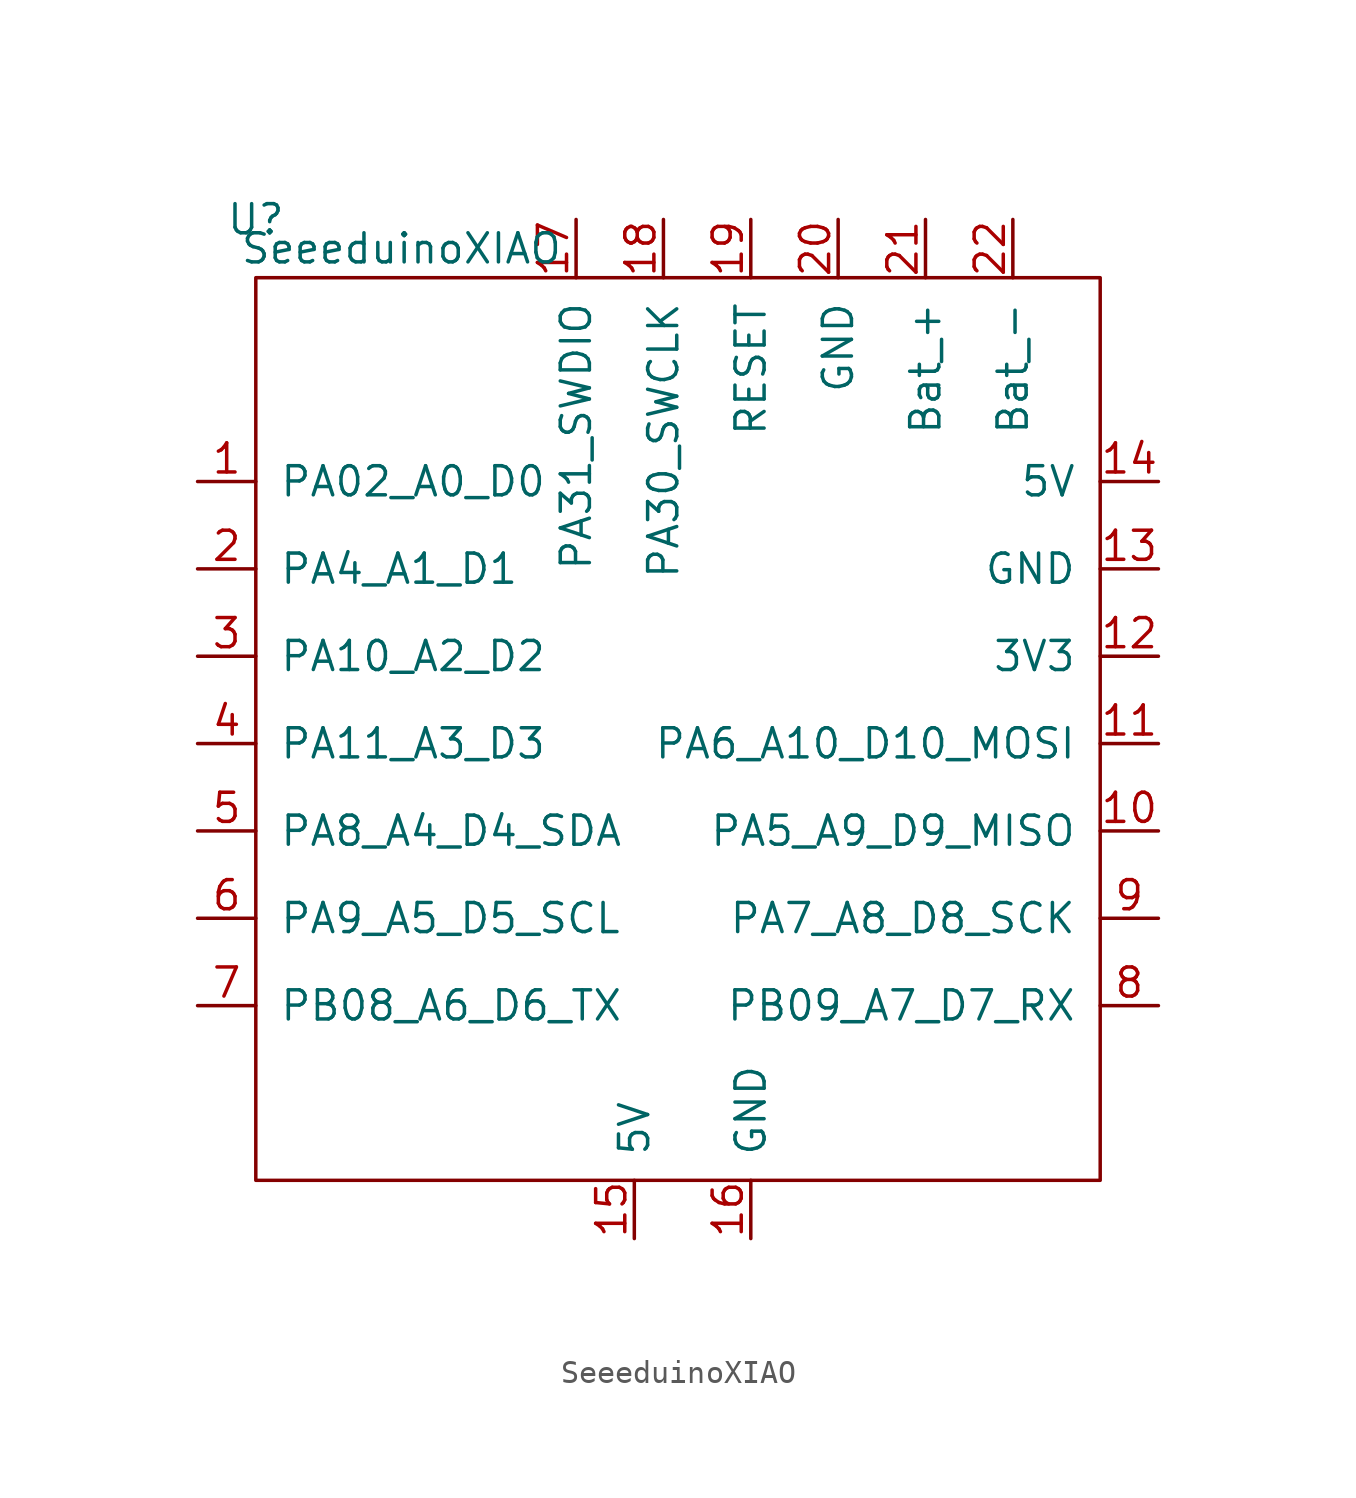
<source format=kicad_sym>
(kicad_symbol_lib
  (version 20241209)
  (generator "kicad_symbol_editor")
  (generator_version "9.0")
  (symbol "SeeeduinoXIAO"
    (pin_names
      (offset 1.016))
    (property "Reference" "U"
      (at -19.05 22.86 0)
      (effects (font (size 1.27 1.27))))
    (property "Value" "SeeeduinoXIAO"
      (at -12.7 21.59 0)
      (effects (font (size 1.27 1.27))))
    (symbol "SeeeduinoXIAO_0_1"
      (rectangle (start -19.05 20.32) (end 17.78 -19.05) (stroke (width 0) (type solid)) (fill (type none))))
    (symbol "SeeeduinoXIAO_1_1"
      (pin input line (at -21.59 11.43 0) (length 2.54) (name "PA02_A0_D0" (effects (font (size 1.27 1.27)))) (number "1" (effects (font (size 1.27 1.27)))))
      (pin input line (at -21.59 7.62 0) (length 2.54) (name "PA4_A1_D1" (effects (font (size 1.27 1.27)))) (number "2" (effects (font (size 1.27 1.27)))))
      (pin input line (at -21.59 3.81 0) (length 2.54) (name "PA10_A2_D2" (effects (font (size 1.27 1.27)))) (number "3" (effects (font (size 1.27 1.27)))))
      (pin input line (at -21.59 0 0) (length 2.54) (name "PA11_A3_D3" (effects (font (size 1.27 1.27)))) (number "4" (effects (font (size 1.27 1.27)))))
      (pin output line (at -21.59 -3.81 0) (length 2.54) (name "PA8_A4_D4_SDA" (effects (font (size 1.27 1.27)))) (number "5" (effects (font (size 1.27 1.27)))))
      (pin output line (at -21.59 -7.62 0) (length 2.54) (name "PA9_A5_D5_SCL" (effects (font (size 1.27 1.27)))) (number "6" (effects (font (size 1.27 1.27)))))
      (pin output line (at -21.59 -11.43 0) (length 2.54) (name "PB08_A6_D6_TX" (effects (font (size 1.27 1.27)))) (number "7" (effects (font (size 1.27 1.27)))))
      (pin input line (at -5.08 22.86 270) (length 2.54) (name "PA31_SWDIO" (effects (font (size 1.27 1.27)))) (number "17" (effects (font (size 1.27 1.27)))))
      (pin power_out line (at -2.54 -21.59 90) (length 2.54) (name "5V" (effects (font (size 1.27 1.27)))) (number "15" (effects (font (size 1.27 1.27)))))
      (pin input line (at -1.27 22.86 270) (length 2.54) (name "PA30_SWCLK" (effects (font (size 1.27 1.27)))) (number "18" (effects (font (size 1.27 1.27)))))
      (pin output line (at 2.54 22.86 270) (length 2.54) (name "RESET" (effects (font (size 1.27 1.27)))) (number "19" (effects (font (size 1.27 1.27)))))
      (pin power_in line (at 2.54 -21.59 90) (length 2.54) (name "GND" (effects (font (size 1.27 1.27)))) (number "16" (effects (font (size 1.27 1.27)))))
      (pin power_in line (at 6.35 22.86 270) (length 2.54) (name "GND" (effects (font (size 1.27 1.27)))) (number "20" (effects (font (size 1.27 1.27)))))
      (pin input line (at 10.16 22.86 270) (length 2.54) (name "Bat_+" (effects (font (size 1.27 1.27)))) (number "21" (effects (font (size 1.27 1.27)))))
      (pin input line (at 13.97 22.86 270) (length 2.54) (name "Bat_-" (effects (font (size 1.27 1.27)))) (number "22" (effects (font (size 1.27 1.27)))))
      (pin power_out line (at 20.32 11.43 180) (length 2.54) (name "5V" (effects (font (size 1.27 1.27)))) (number "14" (effects (font (size 1.27 1.27)))))
      (pin power_in line (at 20.32 7.62 180) (length 2.54) (name "GND" (effects (font (size 1.27 1.27)))) (number "13" (effects (font (size 1.27 1.27)))))
      (pin power_out line (at 20.32 3.81 180) (length 2.54) (name "3V3" (effects (font (size 1.27 1.27)))) (number "12" (effects (font (size 1.27 1.27)))))
      (pin input line (at 20.32 0 180) (length 2.54) (name "PA6_A10_D10_MOSI" (effects (font (size 1.27 1.27)))) (number "11" (effects (font (size 1.27 1.27)))))
      (pin input line (at 20.32 -3.81 180) (length 2.54) (name "PA5_A9_D9_MISO" (effects (font (size 1.27 1.27)))) (number "10" (effects (font (size 1.27 1.27)))))
      (pin input line (at 20.32 -7.62 180) (length 2.54) (name "PA7_A8_D8_SCK" (effects (font (size 1.27 1.27)))) (number "9" (effects (font (size 1.27 1.27)))))
      (pin input line (at 20.32 -11.43 180) (length 2.54) (name "PB09_A7_D7_RX" (effects (font (size 1.27 1.27)))) (number "8" (effects (font (size 1.27 1.27))))))))
</source>
